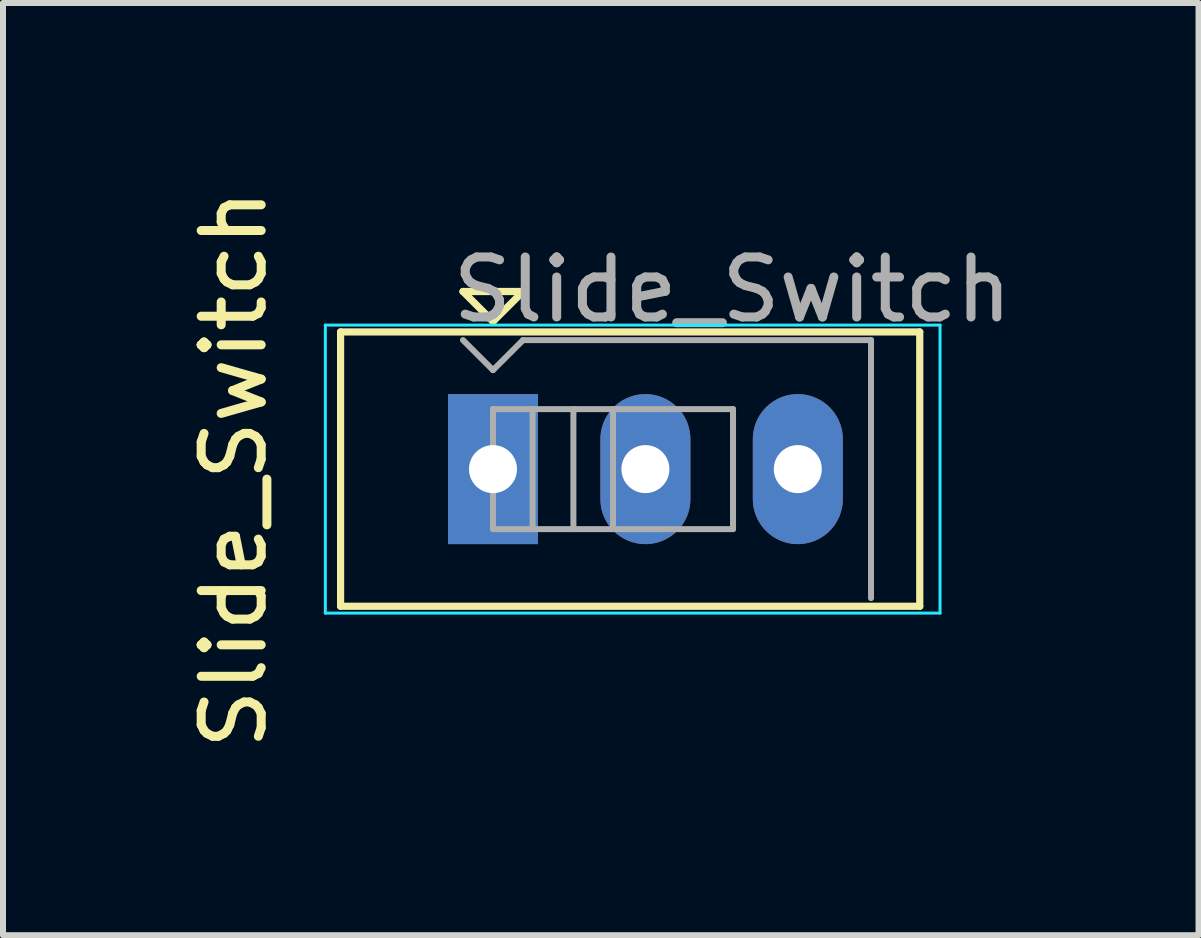
<source format=kicad_pcb>
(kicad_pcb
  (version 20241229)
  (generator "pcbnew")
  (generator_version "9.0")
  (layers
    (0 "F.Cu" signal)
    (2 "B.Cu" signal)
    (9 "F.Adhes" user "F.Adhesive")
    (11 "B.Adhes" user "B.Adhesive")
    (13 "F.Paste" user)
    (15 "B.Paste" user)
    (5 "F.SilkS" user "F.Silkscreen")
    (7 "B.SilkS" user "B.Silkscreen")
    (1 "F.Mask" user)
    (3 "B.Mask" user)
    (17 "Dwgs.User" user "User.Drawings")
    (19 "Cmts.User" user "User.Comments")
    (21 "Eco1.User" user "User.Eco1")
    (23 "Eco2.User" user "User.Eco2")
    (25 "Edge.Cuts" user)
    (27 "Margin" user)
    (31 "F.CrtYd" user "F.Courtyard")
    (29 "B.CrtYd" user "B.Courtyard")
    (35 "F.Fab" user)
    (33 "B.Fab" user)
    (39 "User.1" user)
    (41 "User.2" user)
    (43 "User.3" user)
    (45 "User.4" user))
  (footprint "Slide_Switch"
    (layer "F.Cu")
    (at 5.166 4.768)
    (property "Reference" "Slide_Switch" (at -4.318 0 270) (layer "F.SilkS") (effects (font (size 1 1) (thickness 0.15))))
    (attr through_hole)
    (fp_line (start -2.54 -2.286) (end 7.112 -2.286) (stroke (width 0.12) (type solid)) (layer "F.SilkS"))
    (fp_line (start -2.54 2.286) (end -2.54 -2.286) (stroke (width 0.12) (type solid)) (layer "F.SilkS"))
    (fp_line (start -0.5 -2.96) (end 0 -2.46) (stroke (width 0.12) (type solid)) (layer "F.SilkS"))
    (fp_line (start 0 -2.46) (end 0.5 -2.96) (stroke (width 0.12) (type solid)) (layer "F.SilkS"))
    (fp_line (start 0.5 -2.96) (end -0.5 -2.96) (stroke (width 0.12) (type solid)) (layer "F.SilkS"))
    (fp_line (start 7.112 -2.286) (end 7.112 2.286) (stroke (width 0.12) (type solid)) (layer "F.SilkS"))
    (fp_line (start 7.112 2.286) (end -2.54 2.286) (stroke (width 0.12) (type solid)) (layer "F.SilkS"))
    (fp_line (start -2.794 -2.4) (end 7.45 -2.4) (stroke (width 0.05) (type solid)) (layer "B.CrtYd"))
    (fp_line (start -2.794 2.4) (end -2.794 -2.4) (stroke (width 0.05) (type solid)) (layer "B.CrtYd"))
    (fp_line (start 7.45 -2.4) (end 7.45 2.4) (stroke (width 0.05) (type solid)) (layer "B.CrtYd"))
    (fp_line (start 7.45 2.4) (end -2.794 2.4) (stroke (width 0.05) (type solid)) (layer "B.CrtYd"))
    (fp_line (start -0.5 -2.15) (end 0 -1.65) (stroke (width 0.1) (type solid)) (layer "F.Fab"))
    (fp_line (start 0 -1.65) (end 0.5 -2.15) (stroke (width 0.1) (type solid)) (layer "F.Fab"))
    (fp_line (start 0 -1) (end 0 1) (stroke (width 0.1) (type solid)) (layer "F.Fab"))
    (fp_line (start 0 -1) (end 4 -1) (stroke (width 0.1) (type solid)) (layer "F.Fab"))
    (fp_line (start 0 1) (end 4 1) (stroke (width 0.1) (type solid)) (layer "F.Fab"))
    (fp_line (start 0.5 -2.15) (end 6.3 -2.15) (stroke (width 0.1) (type solid)) (layer "F.Fab"))
    (fp_line (start 0.66 -1) (end 0.66 1) (stroke (width 0.1) (type solid)) (layer "F.Fab"))
    (fp_line (start 1.34 -1) (end 1.34 1) (stroke (width 0.1) (type solid)) (layer "F.Fab"))
    (fp_line (start 2 -1) (end 2 1) (stroke (width 0.1) (type solid)) (layer "F.Fab"))
    (fp_line (start 4 -1) (end 4 1) (stroke (width 0.1) (type solid)) (layer "F.Fab"))
    (fp_line (start 6.3 -2.15) (end 6.3 2.15) (stroke (width 0.1) (type solid)) (layer "F.Fab"))
    (fp_text user "${REFERENCE}" (at 3.99 -2.99 180) (layer "F.Fab") (effects (font (size 1 1) (thickness 0.15))))
    (pad "1" thru_hole rect (at 0 0) (size 1.5 2.5) (drill 0.8) (layers "*.Cu" "*.Mask"))
    (pad "2" thru_hole oval (at 2.54 0) (size 1.5 2.5) (drill 0.8) (layers "*.Cu" "*.Mask"))
    (pad "3" thru_hole oval (at 5.08 0) (size 1.5 2.5) (drill 0.8) (layers "*.Cu" "*.Mask")))
  (gr_rect
    (start -3 -3)
    (end 16.924 12.536)
    (stroke (width 0.1) (type default))
    (fill no)
    (layer "Edge.Cuts")))
</source>
